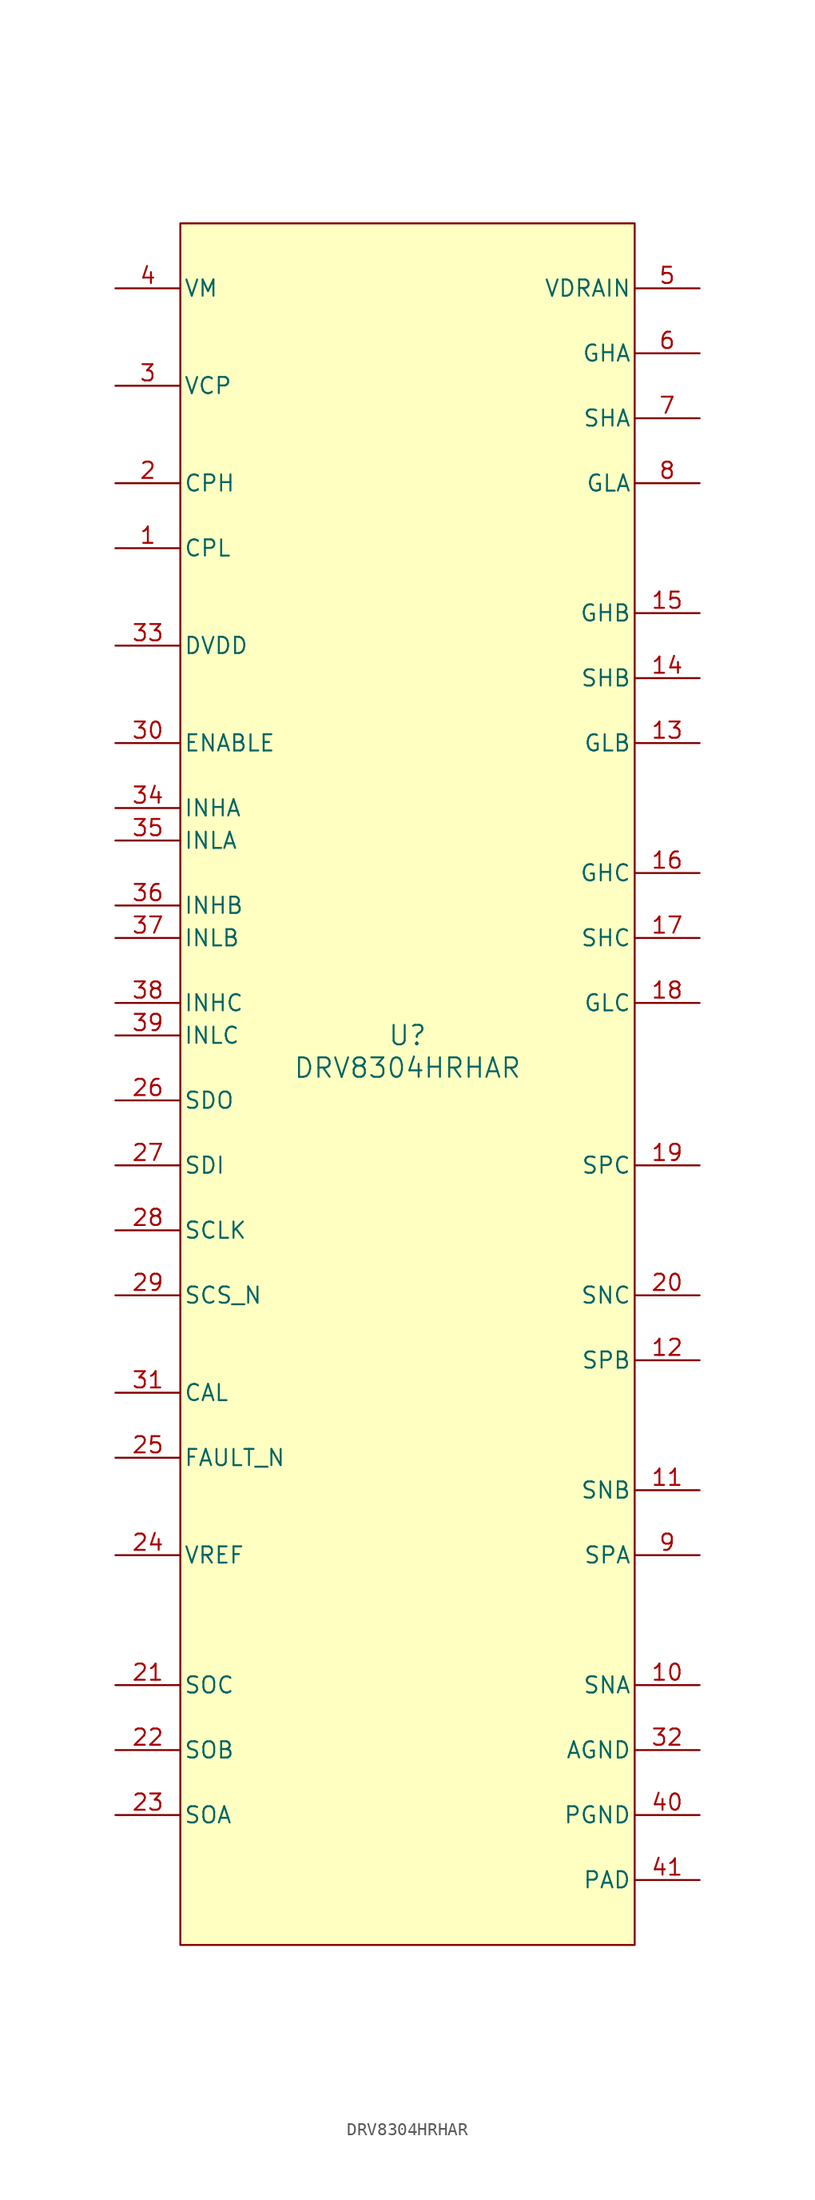
<source format=kicad_sym>
(kicad_symbol_lib
  (version 20231120)
  (generator "kicad_symbol_editor")
  (generator_version "8.0")
  (symbol "DRV8304HRHAR"
    (pin_names
      (offset 0.254))
    (property "Reference" "U"
      (at 0 2.54 0)
      (effects (font (size 1.524 1.524))))
    (property "Value" "DRV8304HRHAR"
      (at 0 0 0)
      (effects (font (size 1.524 1.524))))
    (symbol "DRV8304HRHAR_0_1"
      (pin unspecified line (at -22.86 40.64 0) (length 5.08) (name "CPL" (effects (font (size 1.27 1.27)))) (number "1" (effects (font (size 1.27 1.27)))))
      (pin input line (at 22.86 -48.26 180) (length 5.08) (name "SNA" (effects (font (size 1.27 1.27)))) (number "10" (effects (font (size 1.27 1.27)))))
      (pin input line (at 22.86 -33.02 180) (length 5.08) (name "SNB" (effects (font (size 1.27 1.27)))) (number "11" (effects (font (size 1.27 1.27)))))
      (pin input line (at 22.86 -22.86 180) (length 5.08) (name "SPB" (effects (font (size 1.27 1.27)))) (number "12" (effects (font (size 1.27 1.27)))))
      (pin output line (at 22.86 25.4 180) (length 5.08) (name "GLB" (effects (font (size 1.27 1.27)))) (number "13" (effects (font (size 1.27 1.27)))))
      (pin input line (at 22.86 30.48 180) (length 5.08) (name "SHB" (effects (font (size 1.27 1.27)))) (number "14" (effects (font (size 1.27 1.27)))))
      (pin output line (at 22.86 35.56 180) (length 5.08) (name "GHB" (effects (font (size 1.27 1.27)))) (number "15" (effects (font (size 1.27 1.27)))))
      (pin output line (at 22.86 15.24 180) (length 5.08) (name "GHC" (effects (font (size 1.27 1.27)))) (number "16" (effects (font (size 1.27 1.27)))))
      (pin input line (at 22.86 10.16 180) (length 5.08) (name "SHC" (effects (font (size 1.27 1.27)))) (number "17" (effects (font (size 1.27 1.27)))))
      (pin output line (at 22.86 5.08 180) (length 5.08) (name "GLC" (effects (font (size 1.27 1.27)))) (number "18" (effects (font (size 1.27 1.27)))))
      (pin input line (at 22.86 -7.62 180) (length 5.08) (name "SPC" (effects (font (size 1.27 1.27)))) (number "19" (effects (font (size 1.27 1.27)))))
      (pin unspecified line (at -22.86 45.72 0) (length 5.08) (name "CPH" (effects (font (size 1.27 1.27)))) (number "2" (effects (font (size 1.27 1.27)))))
      (pin input line (at 22.86 -17.78 180) (length 5.08) (name "SNC" (effects (font (size 1.27 1.27)))) (number "20" (effects (font (size 1.27 1.27)))))
      (pin output line (at -22.86 -48.26 0) (length 5.08) (name "SOC" (effects (font (size 1.27 1.27)))) (number "21" (effects (font (size 1.27 1.27)))))
      (pin output line (at -22.86 -53.34 0) (length 5.08) (name "SOB" (effects (font (size 1.27 1.27)))) (number "22" (effects (font (size 1.27 1.27)))))
      (pin output line (at -22.86 -58.42 0) (length 5.08) (name "SOA" (effects (font (size 1.27 1.27)))) (number "23" (effects (font (size 1.27 1.27)))))
      (pin input line (at -22.86 -38.1 0) (length 5.08) (name "VREF" (effects (font (size 1.27 1.27)))) (number "24" (effects (font (size 1.27 1.27)))))
      (pin open_collector line (at -22.86 -30.48 0) (length 5.08) (name "FAULT_N" (effects (font (size 1.27 1.27)))) (number "25" (effects (font (size 1.27 1.27)))))
      (pin input line (at -22.86 -2.54 0) (length 5.08) (name "SDO" (effects (font (size 1.27 1.27)))) (number "26" (effects (font (size 1.27 1.27)))))
      (pin input line (at -22.86 -7.62 0) (length 5.08) (name "SDI" (effects (font (size 1.27 1.27)))) (number "27" (effects (font (size 1.27 1.27)))))
      (pin input line (at -22.86 -12.7 0) (length 5.08) (name "SCLK" (effects (font (size 1.27 1.27)))) (number "28" (effects (font (size 1.27 1.27)))))
      (pin input line (at -22.86 -17.78 0) (length 5.08) (name "SCS_N" (effects (font (size 1.27 1.27)))) (number "29" (effects (font (size 1.27 1.27)))))
      (pin power_in line (at -22.86 53.34 0) (length 5.08) (name "VCP" (effects (font (size 1.27 1.27)))) (number "3" (effects (font (size 1.27 1.27)))))
      (pin input line (at -22.86 25.4 0) (length 5.08) (name "ENABLE" (effects (font (size 1.27 1.27)))) (number "30" (effects (font (size 1.27 1.27)))))
      (pin input line (at -22.86 -25.4 0) (length 5.08) (name "CAL" (effects (font (size 1.27 1.27)))) (number "31" (effects (font (size 1.27 1.27)))))
      (pin power_in line (at 22.86 -53.34 180) (length 5.08) (name "AGND" (effects (font (size 1.27 1.27)))) (number "32" (effects (font (size 1.27 1.27)))))
      (pin power_in line (at -22.86 33.02 0) (length 5.08) (name "DVDD" (effects (font (size 1.27 1.27)))) (number "33" (effects (font (size 1.27 1.27)))))
      (pin input line (at -22.86 20.32 0) (length 5.08) (name "INHA" (effects (font (size 1.27 1.27)))) (number "34" (effects (font (size 1.27 1.27)))))
      (pin input line (at -22.86 17.78 0) (length 5.08) (name "INLA" (effects (font (size 1.27 1.27)))) (number "35" (effects (font (size 1.27 1.27)))))
      (pin input line (at -22.86 12.7 0) (length 5.08) (name "INHB" (effects (font (size 1.27 1.27)))) (number "36" (effects (font (size 1.27 1.27)))))
      (pin input line (at -22.86 10.16 0) (length 5.08) (name "INLB" (effects (font (size 1.27 1.27)))) (number "37" (effects (font (size 1.27 1.27)))))
      (pin input line (at -22.86 5.08 0) (length 5.08) (name "INHC" (effects (font (size 1.27 1.27)))) (number "38" (effects (font (size 1.27 1.27)))))
      (pin input line (at -22.86 2.54 0) (length 5.08) (name "INLC" (effects (font (size 1.27 1.27)))) (number "39" (effects (font (size 1.27 1.27)))))
      (pin power_in line (at -22.86 60.96 0) (length 5.08) (name "VM" (effects (font (size 1.27 1.27)))) (number "4" (effects (font (size 1.27 1.27)))))
      (pin power_in line (at 22.86 -58.42 180) (length 5.08) (name "PGND" (effects (font (size 1.27 1.27)))) (number "40" (effects (font (size 1.27 1.27)))))
      (pin unspecified line (at 22.86 -63.5 180) (length 5.08) (name "PAD" (effects (font (size 1.27 1.27)))) (number "41" (effects (font (size 1.27 1.27)))))
      (pin input line (at 22.86 60.96 180) (length 5.08) (name "VDRAIN" (effects (font (size 1.27 1.27)))) (number "5" (effects (font (size 1.27 1.27)))))
      (pin output line (at 22.86 55.88 180) (length 5.08) (name "GHA" (effects (font (size 1.27 1.27)))) (number "6" (effects (font (size 1.27 1.27)))))
      (pin input line (at 22.86 50.8 180) (length 5.08) (name "SHA" (effects (font (size 1.27 1.27)))) (number "7" (effects (font (size 1.27 1.27)))))
      (pin output line (at 22.86 45.72 180) (length 5.08) (name "GLA" (effects (font (size 1.27 1.27)))) (number "8" (effects (font (size 1.27 1.27)))))
      (pin input line (at 22.86 -38.1 180) (length 5.08) (name "SPA" (effects (font (size 1.27 1.27)))) (number "9" (effects (font (size 1.27 1.27))))))
    (symbol "DRV8304HRHAR_1_1"
      (rectangle (start -17.78 66.04) (end 17.78 -68.58) (stroke (width 0) (type default)) (fill (type background))))))
</source>
